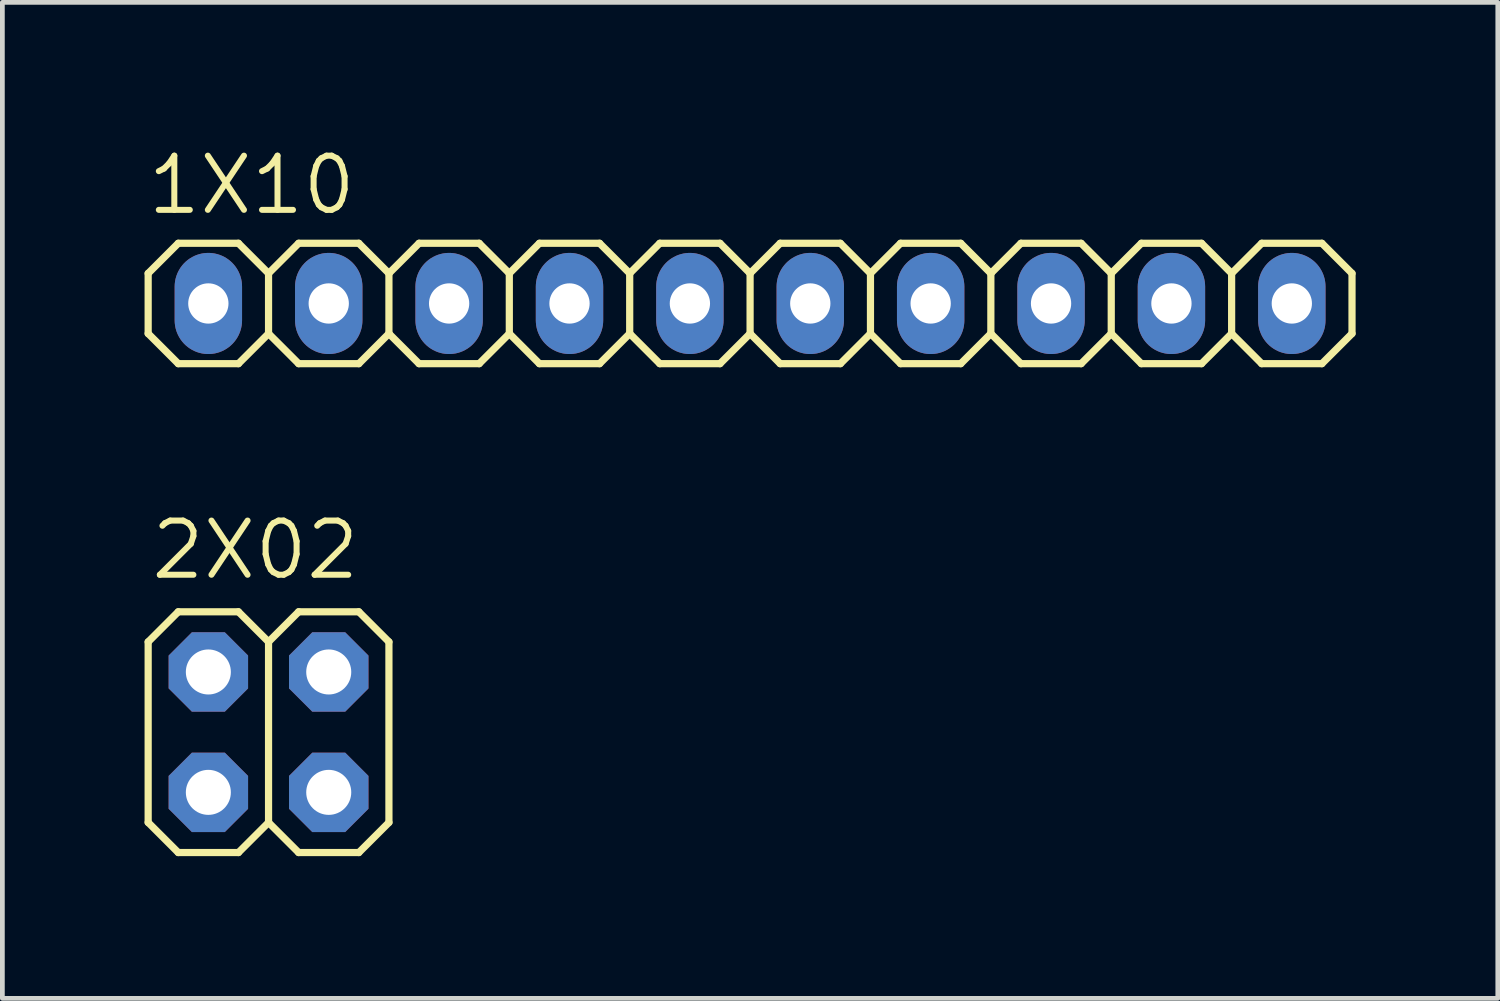
<source format=kicad_pcb>
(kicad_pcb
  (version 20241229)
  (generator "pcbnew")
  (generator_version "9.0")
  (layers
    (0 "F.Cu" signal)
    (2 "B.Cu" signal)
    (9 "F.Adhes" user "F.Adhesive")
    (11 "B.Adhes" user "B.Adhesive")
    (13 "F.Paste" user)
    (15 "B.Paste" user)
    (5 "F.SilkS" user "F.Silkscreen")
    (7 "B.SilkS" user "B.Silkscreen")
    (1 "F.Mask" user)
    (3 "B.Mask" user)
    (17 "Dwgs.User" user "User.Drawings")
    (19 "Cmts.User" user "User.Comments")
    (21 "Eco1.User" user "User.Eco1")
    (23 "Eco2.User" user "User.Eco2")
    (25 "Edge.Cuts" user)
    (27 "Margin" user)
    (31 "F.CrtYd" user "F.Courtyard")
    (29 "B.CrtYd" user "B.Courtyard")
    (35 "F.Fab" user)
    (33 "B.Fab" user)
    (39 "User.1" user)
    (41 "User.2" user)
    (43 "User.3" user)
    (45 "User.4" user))
  (footprint "1X10"
    (layer "F.Cu")
    (at 12.776 3.353)
    (property "Reference" "1X10" (at -12.776 -1.829 0) (unlocked yes) (layer "F.SilkS") (effects (font (size 1.143 1.143) (thickness 0.127)) (justify left bottom)))
    (fp_line (start -12.7 -0.635) (end -12.7 0.635) (stroke (width 0.152) (type solid)) (layer "F.SilkS"))
    (fp_line (start -12.7 0.635) (end -12.065 1.27) (stroke (width 0.152) (type solid)) (layer "F.SilkS"))
    (fp_line (start -12.065 -1.27) (end -12.7 -0.635) (stroke (width 0.152) (type solid)) (layer "F.SilkS"))
    (fp_line (start -12.065 -1.27) (end -10.795 -1.27) (stroke (width 0.152) (type solid)) (layer "F.SilkS"))
    (fp_line (start -10.795 -1.27) (end -10.16 -0.635) (stroke (width 0.152) (type solid)) (layer "F.SilkS"))
    (fp_line (start -10.795 1.27) (end -12.065 1.27) (stroke (width 0.152) (type solid)) (layer "F.SilkS"))
    (fp_line (start -10.16 -0.635) (end -10.16 0.635) (stroke (width 0.152) (type solid)) (layer "F.SilkS"))
    (fp_line (start -10.16 -0.635) (end -9.525 -1.27) (stroke (width 0.152) (type solid)) (layer "F.SilkS"))
    (fp_line (start -10.16 0.635) (end -10.795 1.27) (stroke (width 0.152) (type solid)) (layer "F.SilkS"))
    (fp_line (start -9.525 -1.27) (end -8.255 -1.27) (stroke (width 0.152) (type solid)) (layer "F.SilkS"))
    (fp_line (start -9.525 1.27) (end -10.16 0.635) (stroke (width 0.152) (type solid)) (layer "F.SilkS"))
    (fp_line (start -8.255 -1.27) (end -7.62 -0.635) (stroke (width 0.152) (type solid)) (layer "F.SilkS"))
    (fp_line (start -8.255 1.27) (end -9.525 1.27) (stroke (width 0.152) (type solid)) (layer "F.SilkS"))
    (fp_line (start -7.62 -0.635) (end -7.62 0.635) (stroke (width 0.152) (type solid)) (layer "F.SilkS"))
    (fp_line (start -7.62 -0.635) (end -6.985 -1.27) (stroke (width 0.152) (type solid)) (layer "F.SilkS"))
    (fp_line (start -7.62 0.635) (end -8.255 1.27) (stroke (width 0.152) (type solid)) (layer "F.SilkS"))
    (fp_line (start -6.985 -1.27) (end -5.715 -1.27) (stroke (width 0.152) (type solid)) (layer "F.SilkS"))
    (fp_line (start -6.985 1.27) (end -7.62 0.635) (stroke (width 0.152) (type solid)) (layer "F.SilkS"))
    (fp_line (start -5.715 -1.27) (end -5.08 -0.635) (stroke (width 0.152) (type solid)) (layer "F.SilkS"))
    (fp_line (start -5.715 1.27) (end -6.985 1.27) (stroke (width 0.152) (type solid)) (layer "F.SilkS"))
    (fp_line (start -5.08 -0.635) (end -5.08 0.635) (stroke (width 0.152) (type solid)) (layer "F.SilkS"))
    (fp_line (start -5.08 0.635) (end -5.715 1.27) (stroke (width 0.152) (type solid)) (layer "F.SilkS"))
    (fp_line (start -5.08 0.635) (end -4.445 1.27) (stroke (width 0.152) (type solid)) (layer "F.SilkS"))
    (fp_line (start -4.445 -1.27) (end -5.08 -0.635) (stroke (width 0.152) (type solid)) (layer "F.SilkS"))
    (fp_line (start -4.445 -1.27) (end -3.175 -1.27) (stroke (width 0.152) (type solid)) (layer "F.SilkS"))
    (fp_line (start -3.175 -1.27) (end -2.54 -0.635) (stroke (width 0.152) (type solid)) (layer "F.SilkS"))
    (fp_line (start -3.175 1.27) (end -4.445 1.27) (stroke (width 0.152) (type solid)) (layer "F.SilkS"))
    (fp_line (start -2.54 -0.635) (end -2.54 0.635) (stroke (width 0.152) (type solid)) (layer "F.SilkS"))
    (fp_line (start -2.54 -0.635) (end -1.905 -1.27) (stroke (width 0.152) (type solid)) (layer "F.SilkS"))
    (fp_line (start -2.54 0.635) (end -3.175 1.27) (stroke (width 0.152) (type solid)) (layer "F.SilkS"))
    (fp_line (start -1.905 -1.27) (end -0.635 -1.27) (stroke (width 0.152) (type solid)) (layer "F.SilkS"))
    (fp_line (start -1.905 1.27) (end -2.54 0.635) (stroke (width 0.152) (type solid)) (layer "F.SilkS"))
    (fp_line (start -0.635 -1.27) (end 0 -0.635) (stroke (width 0.152) (type solid)) (layer "F.SilkS"))
    (fp_line (start -0.635 1.27) (end -1.905 1.27) (stroke (width 0.152) (type solid)) (layer "F.SilkS"))
    (fp_line (start 0 -0.635) (end 0 0.635) (stroke (width 0.152) (type solid)) (layer "F.SilkS"))
    (fp_line (start 0 -0.635) (end 0.635 -1.27) (stroke (width 0.152) (type solid)) (layer "F.SilkS"))
    (fp_line (start 0 0.635) (end -0.635 1.27) (stroke (width 0.152) (type solid)) (layer "F.SilkS"))
    (fp_line (start 0.635 -1.27) (end 1.905 -1.27) (stroke (width 0.152) (type solid)) (layer "F.SilkS"))
    (fp_line (start 0.635 1.27) (end 0 0.635) (stroke (width 0.152) (type solid)) (layer "F.SilkS"))
    (fp_line (start 1.905 -1.27) (end 2.54 -0.635) (stroke (width 0.152) (type solid)) (layer "F.SilkS"))
    (fp_line (start 1.905 1.27) (end 0.635 1.27) (stroke (width 0.152) (type solid)) (layer "F.SilkS"))
    (fp_line (start 2.54 -0.635) (end 2.54 0.635) (stroke (width 0.152) (type solid)) (layer "F.SilkS"))
    (fp_line (start 2.54 0.635) (end 1.905 1.27) (stroke (width 0.152) (type solid)) (layer "F.SilkS"))
    (fp_line (start 2.54 0.635) (end 3.175 1.27) (stroke (width 0.152) (type solid)) (layer "F.SilkS"))
    (fp_line (start 3.175 -1.27) (end 2.54 -0.635) (stroke (width 0.152) (type solid)) (layer "F.SilkS"))
    (fp_line (start 3.175 -1.27) (end 4.445 -1.27) (stroke (width 0.152) (type solid)) (layer "F.SilkS"))
    (fp_line (start 4.445 -1.27) (end 5.08 -0.635) (stroke (width 0.152) (type solid)) (layer "F.SilkS"))
    (fp_line (start 4.445 1.27) (end 3.175 1.27) (stroke (width 0.152) (type solid)) (layer "F.SilkS"))
    (fp_line (start 5.08 -0.635) (end 5.08 0.635) (stroke (width 0.152) (type solid)) (layer "F.SilkS"))
    (fp_line (start 5.08 -0.635) (end 5.715 -1.27) (stroke (width 0.152) (type solid)) (layer "F.SilkS"))
    (fp_line (start 5.08 0.635) (end 4.445 1.27) (stroke (width 0.152) (type solid)) (layer "F.SilkS"))
    (fp_line (start 5.715 -1.27) (end 6.985 -1.27) (stroke (width 0.152) (type solid)) (layer "F.SilkS"))
    (fp_line (start 5.715 1.27) (end 5.08 0.635) (stroke (width 0.152) (type solid)) (layer "F.SilkS"))
    (fp_line (start 6.985 -1.27) (end 7.62 -0.635) (stroke (width 0.152) (type solid)) (layer "F.SilkS"))
    (fp_line (start 6.985 1.27) (end 5.715 1.27) (stroke (width 0.152) (type solid)) (layer "F.SilkS"))
    (fp_line (start 7.62 -0.635) (end 7.62 0.635) (stroke (width 0.152) (type solid)) (layer "F.SilkS"))
    (fp_line (start 7.62 -0.635) (end 8.255 -1.27) (stroke (width 0.152) (type solid)) (layer "F.SilkS"))
    (fp_line (start 7.62 0.635) (end 6.985 1.27) (stroke (width 0.152) (type solid)) (layer "F.SilkS"))
    (fp_line (start 8.255 -1.27) (end 9.525 -1.27) (stroke (width 0.152) (type solid)) (layer "F.SilkS"))
    (fp_line (start 8.255 1.27) (end 7.62 0.635) (stroke (width 0.152) (type solid)) (layer "F.SilkS"))
    (fp_line (start 9.525 -1.27) (end 10.16 -0.635) (stroke (width 0.152) (type solid)) (layer "F.SilkS"))
    (fp_line (start 9.525 1.27) (end 8.255 1.27) (stroke (width 0.152) (type solid)) (layer "F.SilkS"))
    (fp_line (start 10.16 -0.635) (end 10.16 0.635) (stroke (width 0.152) (type solid)) (layer "F.SilkS"))
    (fp_line (start 10.16 0.635) (end 9.525 1.27) (stroke (width 0.152) (type solid)) (layer "F.SilkS"))
    (fp_line (start 10.16 0.635) (end 10.795 1.27) (stroke (width 0.152) (type solid)) (layer "F.SilkS"))
    (fp_line (start 10.795 -1.27) (end 10.16 -0.635) (stroke (width 0.152) (type solid)) (layer "F.SilkS"))
    (fp_line (start 10.795 -1.27) (end 12.065 -1.27) (stroke (width 0.152) (type solid)) (layer "F.SilkS"))
    (fp_line (start 12.065 -1.27) (end 12.7 -0.635) (stroke (width 0.152) (type solid)) (layer "F.SilkS"))
    (fp_line (start 12.065 1.27) (end 10.795 1.27) (stroke (width 0.152) (type solid)) (layer "F.SilkS"))
    (fp_line (start 12.7 -0.635) (end 12.7 0.635) (stroke (width 0.152) (type solid)) (layer "F.SilkS"))
    (fp_line (start 12.7 0.635) (end 12.065 1.27) (stroke (width 0.152) (type solid)) (layer "F.SilkS"))
    (fp_poly (pts (xy -11.684 0.254) (xy -11.176 0.254) (xy -11.176 -0.254) (xy -11.684 -0.254)) (stroke (width 0.1) (type default)) (fill no) (layer "F.Fab"))
    (fp_poly (pts (xy -9.144 0.254) (xy -8.636 0.254) (xy -8.636 -0.254) (xy -9.144 -0.254)) (stroke (width 0.1) (type default)) (fill no) (layer "F.Fab"))
    (fp_poly (pts (xy -6.604 0.254) (xy -6.096 0.254) (xy -6.096 -0.254) (xy -6.604 -0.254)) (stroke (width 0.1) (type default)) (fill no) (layer "F.Fab"))
    (fp_poly (pts (xy -4.064 0.254) (xy -3.556 0.254) (xy -3.556 -0.254) (xy -4.064 -0.254)) (stroke (width 0.1) (type default)) (fill no) (layer "F.Fab"))
    (fp_poly (pts (xy -1.524 0.254) (xy -1.016 0.254) (xy -1.016 -0.254) (xy -1.524 -0.254)) (stroke (width 0.1) (type default)) (fill no) (layer "F.Fab"))
    (fp_poly (pts (xy 1.016 0.254) (xy 1.524 0.254) (xy 1.524 -0.254) (xy 1.016 -0.254)) (stroke (width 0.1) (type default)) (fill no) (layer "F.Fab"))
    (fp_poly (pts (xy 3.556 0.254) (xy 4.064 0.254) (xy 4.064 -0.254) (xy 3.556 -0.254)) (stroke (width 0.1) (type default)) (fill no) (layer "F.Fab"))
    (fp_poly (pts (xy 6.096 0.254) (xy 6.604 0.254) (xy 6.604 -0.254) (xy 6.096 -0.254)) (stroke (width 0.1) (type default)) (fill no) (layer "F.Fab"))
    (fp_poly (pts (xy 8.636 0.254) (xy 9.144 0.254) (xy 9.144 -0.254) (xy 8.636 -0.254)) (stroke (width 0.1) (type default)) (fill no) (layer "F.Fab"))
    (fp_poly (pts (xy 11.176 0.254) (xy 11.684 0.254) (xy 11.684 -0.254) (xy 11.176 -0.254)) (stroke (width 0.1) (type default)) (fill no) (layer "F.Fab"))
    (pad "1" thru_hole oval (at -11.43 0 90) (size 2.134 1.422) (drill 0.85) (layers "*.Cu" "*.Mask"))
    (pad "2" thru_hole oval (at -8.89 0 90) (size 2.134 1.422) (drill 0.85) (layers "*.Cu" "*.Mask"))
    (pad "3" thru_hole oval (at -6.35 0 90) (size 2.134 1.422) (drill 0.85) (layers "*.Cu" "*.Mask"))
    (pad "4" thru_hole oval (at -3.81 0 90) (size 2.134 1.422) (drill 0.85) (layers "*.Cu" "*.Mask"))
    (pad "5" thru_hole oval (at -1.27 0 90) (size 2.134 1.422) (drill 0.85) (layers "*.Cu" "*.Mask"))
    (pad "6" thru_hole oval (at 1.27 0 90) (size 2.134 1.422) (drill 0.85) (layers "*.Cu" "*.Mask"))
    (pad "7" thru_hole oval (at 3.81 0 90) (size 2.134 1.422) (drill 0.85) (layers "*.Cu" "*.Mask"))
    (pad "8" thru_hole oval (at 6.35 0 90) (size 2.134 1.422) (drill 0.85) (layers "*.Cu" "*.Mask"))
    (pad "9" thru_hole oval (at 8.89 0 90) (size 2.134 1.422) (drill 0.85) (layers "*.Cu" "*.Mask"))
    (pad "10" thru_hole oval (at 11.43 0 90) (size 2.134 1.422) (drill 0.85) (layers "*.Cu" "*.Mask")))
  (footprint "2X02"
    (layer "F.Cu")
    (at 2.616 12.398)
    (property "Reference" "2X02" (at -2.54 -3.175 0) (unlocked yes) (layer "F.SilkS") (effects (font (size 1.143 1.143) (thickness 0.127)) (justify left bottom)))
    (fp_line (start -2.54 -1.905) (end -1.905 -2.54) (stroke (width 0.152) (type solid)) (layer "F.SilkS"))
    (fp_line (start -2.54 1.905) (end -2.54 -1.905) (stroke (width 0.152) (type solid)) (layer "F.SilkS"))
    (fp_line (start -2.54 1.905) (end -1.905 2.54) (stroke (width 0.152) (type solid)) (layer "F.SilkS"))
    (fp_line (start -1.905 -2.54) (end -0.635 -2.54) (stroke (width 0.152) (type solid)) (layer "F.SilkS"))
    (fp_line (start -1.905 2.54) (end -0.635 2.54) (stroke (width 0.152) (type solid)) (layer "F.SilkS"))
    (fp_line (start -0.635 -2.54) (end 0 -1.905) (stroke (width 0.152) (type solid)) (layer "F.SilkS"))
    (fp_line (start -0.635 2.54) (end 0 1.905) (stroke (width 0.152) (type solid)) (layer "F.SilkS"))
    (fp_line (start 0 -1.905) (end 0 1.905) (stroke (width 0.152) (type solid)) (layer "F.SilkS"))
    (fp_line (start 0 -1.905) (end 0.635 -2.54) (stroke (width 0.152) (type solid)) (layer "F.SilkS"))
    (fp_line (start 0 1.905) (end 0.635 2.54) (stroke (width 0.152) (type solid)) (layer "F.SilkS"))
    (fp_line (start 0.635 -2.54) (end 1.905 -2.54) (stroke (width 0.152) (type solid)) (layer "F.SilkS"))
    (fp_line (start 0.635 2.54) (end 1.905 2.54) (stroke (width 0.152) (type solid)) (layer "F.SilkS"))
    (fp_line (start 1.905 -2.54) (end 2.54 -1.905) (stroke (width 0.152) (type solid)) (layer "F.SilkS"))
    (fp_line (start 1.905 2.54) (end 2.54 1.905) (stroke (width 0.152) (type solid)) (layer "F.SilkS"))
    (fp_line (start 2.54 -1.905) (end 2.54 1.905) (stroke (width 0.152) (type solid)) (layer "F.SilkS"))
    (fp_poly (pts (xy -1.524 -1.016) (xy -1.016 -1.016) (xy -1.016 -1.524) (xy -1.524 -1.524)) (stroke (width 0.1) (type default)) (fill no) (layer "F.Fab"))
    (fp_poly (pts (xy -1.524 1.524) (xy -1.016 1.524) (xy -1.016 1.016) (xy -1.524 1.016)) (stroke (width 0.1) (type default)) (fill no) (layer "F.Fab"))
    (fp_poly (pts (xy 1.016 -1.016) (xy 1.524 -1.016) (xy 1.524 -1.524) (xy 1.016 -1.524)) (stroke (width 0.1) (type default)) (fill no) (layer "F.Fab"))
    (fp_poly (pts (xy 1.016 1.524) (xy 1.524 1.524) (xy 1.524 1.016) (xy 1.016 1.016)) (stroke (width 0.1) (type default)) (fill no) (layer "F.Fab"))
    (pad "1" thru_hole roundrect (at -1.27 1.27) (size 1.676 1.676) (drill 0.95) (layers "*.Cu" "*.Mask") (roundrect_rratio 0.25) (chamfer_ratio 0.293) (chamfer top_left top_right bottom_left bottom_right))
    (pad "2" thru_hole roundrect (at -1.27 -1.27) (size 1.676 1.676) (drill 0.95) (layers "*.Cu" "*.Mask") (roundrect_rratio 0.25) (chamfer_ratio 0.293) (chamfer top_left top_right bottom_left bottom_right))
    (pad "3" thru_hole roundrect (at 1.27 1.27) (size 1.676 1.676) (drill 0.95) (layers "*.Cu" "*.Mask") (roundrect_rratio 0.25) (chamfer_ratio 0.293) (chamfer top_left top_right bottom_left bottom_right))
    (pad "4" thru_hole roundrect (at 1.27 -1.27) (size 1.676 1.676) (drill 0.95) (layers "*.Cu" "*.Mask") (roundrect_rratio 0.25) (chamfer_ratio 0.293) (chamfer top_left top_right bottom_left bottom_right)))
  (gr_rect
    (start -3 -3)
    (end 28.552 18.014)
    (stroke (width 0.1) (type default))
    (fill no)
    (layer "Edge.Cuts")))
</source>
